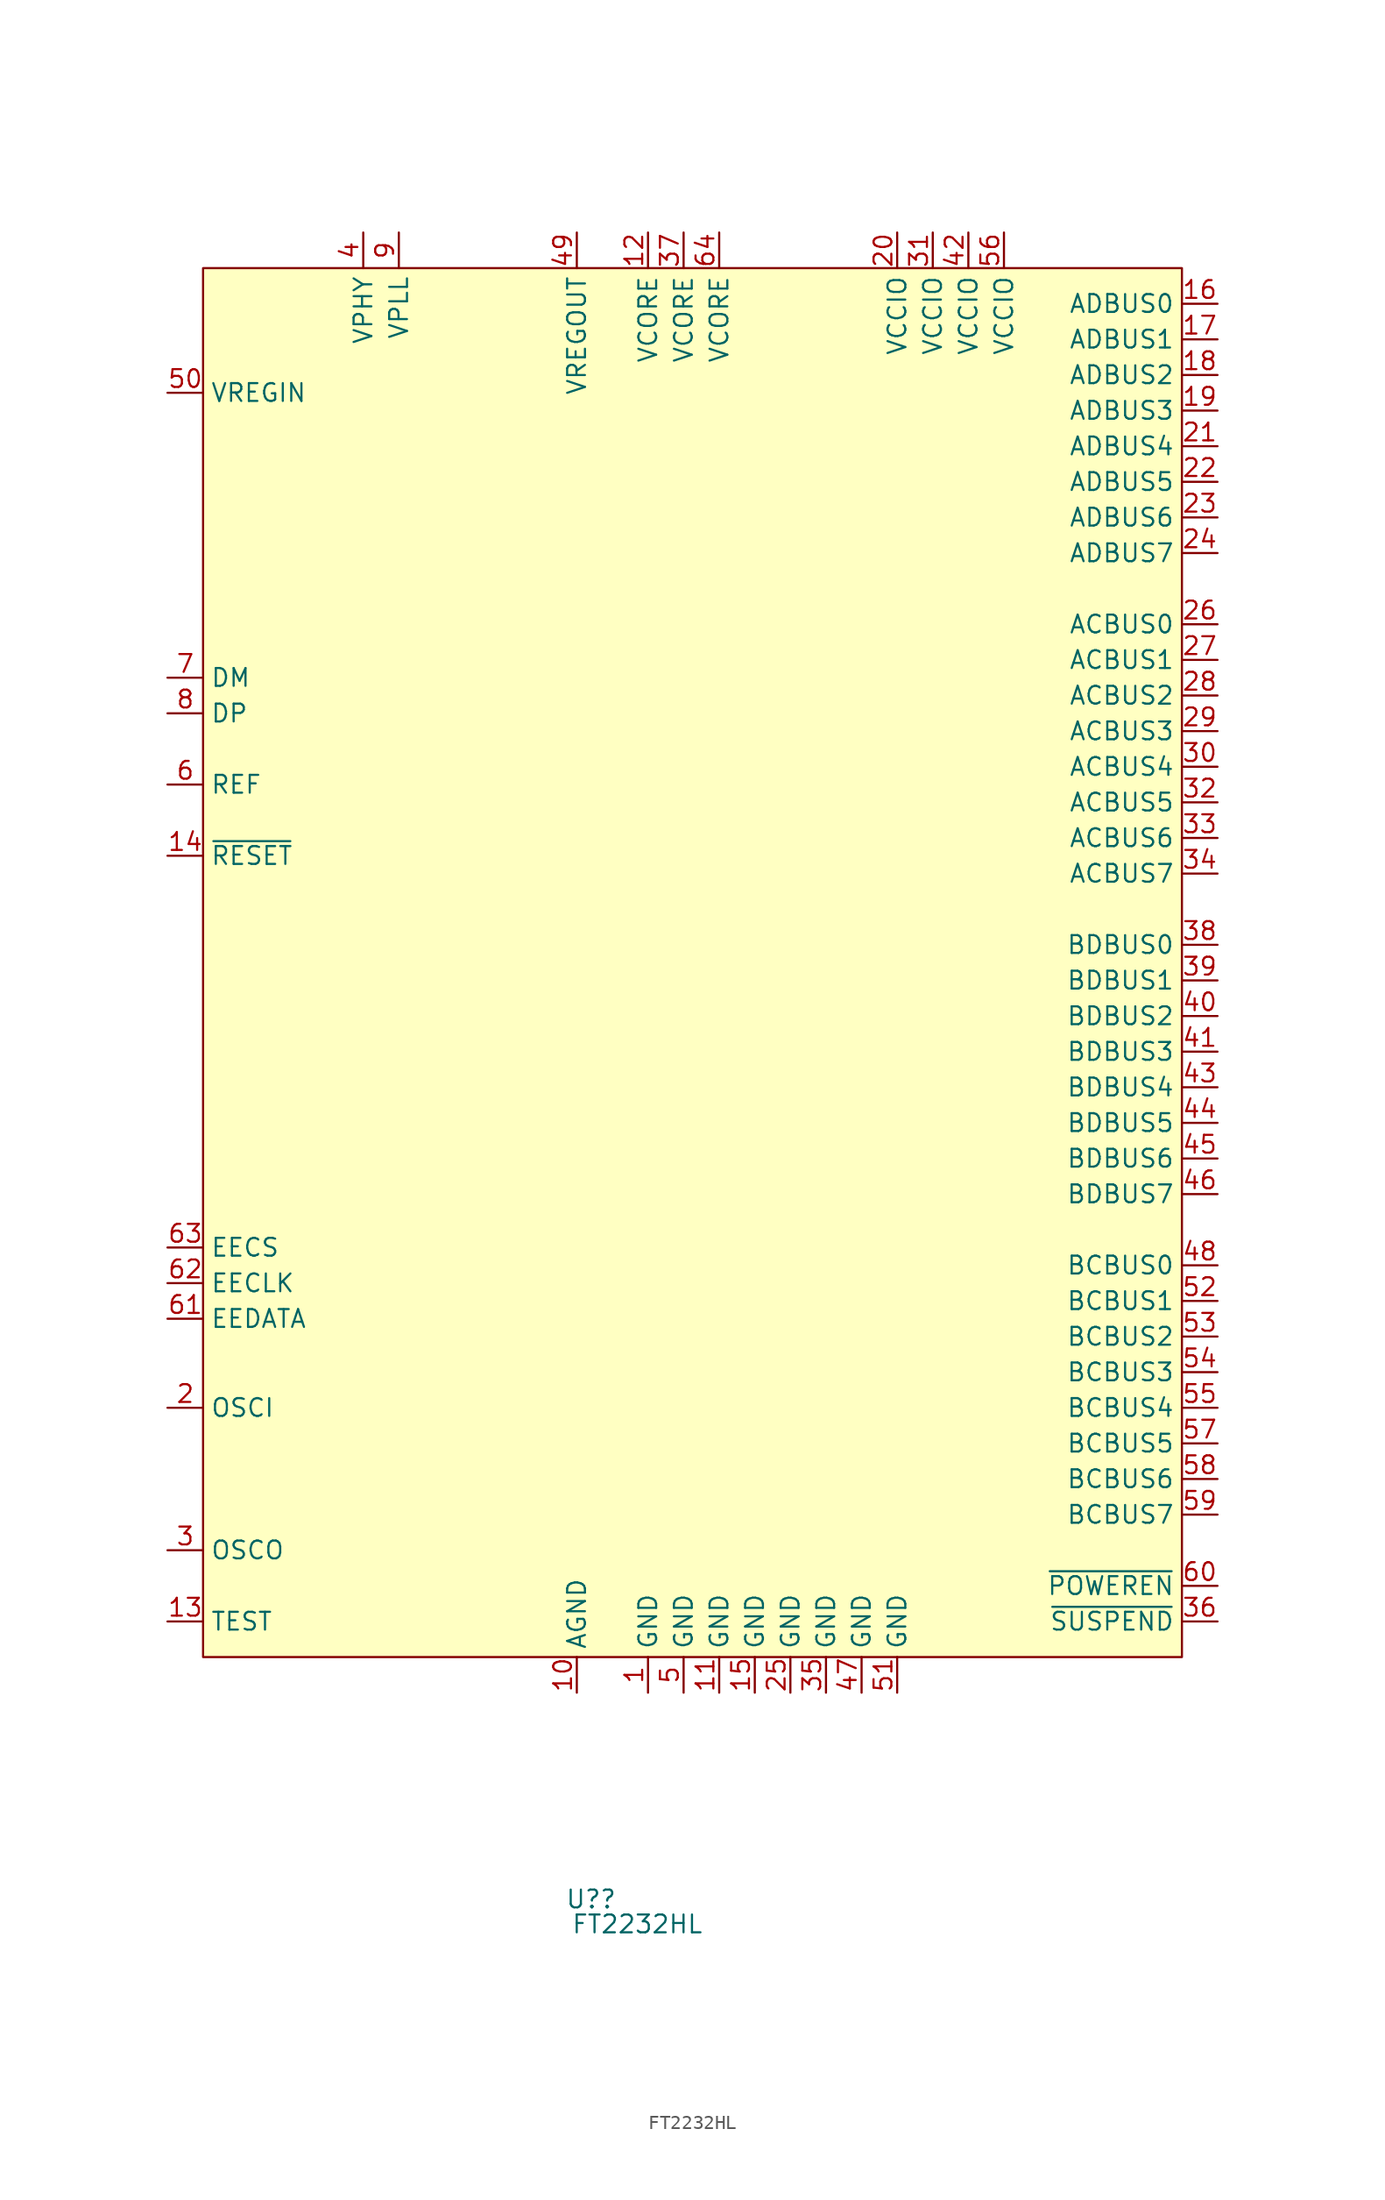
<source format=kicad_sym>
(kicad_symbol_lib
  (version 20231120)
  (generator "kicad_symbol_editor")
  (generator_version "8.0")
  (symbol "FT2232HL"
    (property "Reference" "U?"
      (at -9.144 -59.182 0)
      (effects (font (size 1.27 1.27))))
    (property "Value" "FT2232HL"
      (at -5.842 -60.96 0)
      (effects (font (size 1.27 1.27))))
    (symbol "FT2232HL_1_1"
      (rectangle (start -36.83 57.15) (end 33.02 -41.91) (stroke (width 0) (type default)) (fill (type background)))
      (pin power_in line (at -5.08 -44.45 90) (length 2.54) (name "GND" (effects (font (size 1.27 1.27)))) (number "1" (effects (font (size 1.27 1.27)))))
      (pin power_in line (at -10.16 -44.45 90) (length 2.54) (name "AGND" (effects (font (size 1.27 1.27)))) (number "10" (effects (font (size 1.27 1.27)))))
      (pin power_in line (at 0 -44.45 90) (length 2.54) (name "GND" (effects (font (size 1.27 1.27)))) (number "11" (effects (font (size 1.27 1.27)))))
      (pin power_in line (at -5.08 59.69 270) (length 2.54) (name "VCORE" (effects (font (size 1.27 1.27)))) (number "12" (effects (font (size 1.27 1.27)))))
      (pin input line (at -39.37 -39.37 0) (length 2.54) (name "TEST" (effects (font (size 1.27 1.27)))) (number "13" (effects (font (size 1.27 1.27)))))
      (pin input line (at -39.37 15.24 0) (length 2.54) (name "~{RESET}" (effects (font (size 1.27 1.27)))) (number "14" (effects (font (size 1.27 1.27)))))
      (pin power_in line (at 2.54 -44.45 90) (length 2.54) (name "GND" (effects (font (size 1.27 1.27)))) (number "15" (effects (font (size 1.27 1.27)))))
      (pin bidirectional line (at 35.56 54.61 180) (length 2.54) (name "ADBUS0" (effects (font (size 1.27 1.27)))) (number "16" (effects (font (size 1.27 1.27)))))
      (pin bidirectional line (at 35.56 52.07 180) (length 2.54) (name "ADBUS1" (effects (font (size 1.27 1.27)))) (number "17" (effects (font (size 1.27 1.27)))))
      (pin bidirectional line (at 35.56 49.53 180) (length 2.54) (name "ADBUS2" (effects (font (size 1.27 1.27)))) (number "18" (effects (font (size 1.27 1.27)))))
      (pin bidirectional line (at 35.56 46.99 180) (length 2.54) (name "ADBUS3" (effects (font (size 1.27 1.27)))) (number "19" (effects (font (size 1.27 1.27)))))
      (pin input line (at -39.37 -24.13 0) (length 2.54) (name "OSCI" (effects (font (size 1.27 1.27)))) (number "2" (effects (font (size 1.27 1.27)))))
      (pin power_in line (at 12.7 59.69 270) (length 2.54) (name "VCCIO" (effects (font (size 1.27 1.27)))) (number "20" (effects (font (size 1.27 1.27)))))
      (pin bidirectional line (at 35.56 44.45 180) (length 2.54) (name "ADBUS4" (effects (font (size 1.27 1.27)))) (number "21" (effects (font (size 1.27 1.27)))))
      (pin bidirectional line (at 35.56 41.91 180) (length 2.54) (name "ADBUS5" (effects (font (size 1.27 1.27)))) (number "22" (effects (font (size 1.27 1.27)))))
      (pin bidirectional line (at 35.56 39.37 180) (length 2.54) (name "ADBUS6" (effects (font (size 1.27 1.27)))) (number "23" (effects (font (size 1.27 1.27)))))
      (pin bidirectional line (at 35.56 36.83 180) (length 2.54) (name "ADBUS7" (effects (font (size 1.27 1.27)))) (number "24" (effects (font (size 1.27 1.27)))))
      (pin power_in line (at 5.08 -44.45 90) (length 2.54) (name "GND" (effects (font (size 1.27 1.27)))) (number "25" (effects (font (size 1.27 1.27)))))
      (pin bidirectional line (at 35.56 31.75 180) (length 2.54) (name "ACBUS0" (effects (font (size 1.27 1.27)))) (number "26" (effects (font (size 1.27 1.27)))))
      (pin bidirectional line (at 35.56 29.21 180) (length 2.54) (name "ACBUS1" (effects (font (size 1.27 1.27)))) (number "27" (effects (font (size 1.27 1.27)))))
      (pin bidirectional line (at 35.56 26.67 180) (length 2.54) (name "ACBUS2" (effects (font (size 1.27 1.27)))) (number "28" (effects (font (size 1.27 1.27)))))
      (pin bidirectional line (at 35.56 24.13 180) (length 2.54) (name "ACBUS3" (effects (font (size 1.27 1.27)))) (number "29" (effects (font (size 1.27 1.27)))))
      (pin output line (at -39.37 -34.29 0) (length 2.54) (name "OSCO" (effects (font (size 1.27 1.27)))) (number "3" (effects (font (size 1.27 1.27)))))
      (pin bidirectional line (at 35.56 21.59 180) (length 2.54) (name "ACBUS4" (effects (font (size 1.27 1.27)))) (number "30" (effects (font (size 1.27 1.27)))))
      (pin power_in line (at 15.24 59.69 270) (length 2.54) (name "VCCIO" (effects (font (size 1.27 1.27)))) (number "31" (effects (font (size 1.27 1.27)))))
      (pin bidirectional line (at 35.56 19.05 180) (length 2.54) (name "ACBUS5" (effects (font (size 1.27 1.27)))) (number "32" (effects (font (size 1.27 1.27)))))
      (pin bidirectional line (at 35.56 16.51 180) (length 2.54) (name "ACBUS6" (effects (font (size 1.27 1.27)))) (number "33" (effects (font (size 1.27 1.27)))))
      (pin bidirectional line (at 35.56 13.97 180) (length 2.54) (name "ACBUS7" (effects (font (size 1.27 1.27)))) (number "34" (effects (font (size 1.27 1.27)))))
      (pin power_in line (at 7.62 -44.45 90) (length 2.54) (name "GND" (effects (font (size 1.27 1.27)))) (number "35" (effects (font (size 1.27 1.27)))))
      (pin output line (at 35.56 -39.37 180) (length 2.54) (name "~{SUSPEND}" (effects (font (size 1.27 1.27)))) (number "36" (effects (font (size 1.27 1.27)))))
      (pin power_in line (at -2.54 59.69 270) (length 2.54) (name "VCORE" (effects (font (size 1.27 1.27)))) (number "37" (effects (font (size 1.27 1.27)))))
      (pin bidirectional line (at 35.56 8.89 180) (length 2.54) (name "BDBUS0" (effects (font (size 1.27 1.27)))) (number "38" (effects (font (size 1.27 1.27)))))
      (pin bidirectional line (at 35.56 6.35 180) (length 2.54) (name "BDBUS1" (effects (font (size 1.27 1.27)))) (number "39" (effects (font (size 1.27 1.27)))))
      (pin power_in line (at -25.4 59.69 270) (length 2.54) (name "VPHY" (effects (font (size 1.27 1.27)))) (number "4" (effects (font (size 1.27 1.27)))))
      (pin bidirectional line (at 35.56 3.81 180) (length 2.54) (name "BDBUS2" (effects (font (size 1.27 1.27)))) (number "40" (effects (font (size 1.27 1.27)))))
      (pin bidirectional line (at 35.56 1.27 180) (length 2.54) (name "BDBUS3" (effects (font (size 1.27 1.27)))) (number "41" (effects (font (size 1.27 1.27)))))
      (pin power_in line (at 17.78 59.69 270) (length 2.54) (name "VCCIO" (effects (font (size 1.27 1.27)))) (number "42" (effects (font (size 1.27 1.27)))))
      (pin bidirectional line (at 35.56 -1.27 180) (length 2.54) (name "BDBUS4" (effects (font (size 1.27 1.27)))) (number "43" (effects (font (size 1.27 1.27)))))
      (pin bidirectional line (at 35.56 -3.81 180) (length 2.54) (name "BDBUS5" (effects (font (size 1.27 1.27)))) (number "44" (effects (font (size 1.27 1.27)))))
      (pin bidirectional line (at 35.56 -6.35 180) (length 2.54) (name "BDBUS6" (effects (font (size 1.27 1.27)))) (number "45" (effects (font (size 1.27 1.27)))))
      (pin bidirectional line (at 35.56 -8.89 180) (length 2.54) (name "BDBUS7" (effects (font (size 1.27 1.27)))) (number "46" (effects (font (size 1.27 1.27)))))
      (pin power_in line (at 10.16 -44.45 90) (length 2.54) (name "GND" (effects (font (size 1.27 1.27)))) (number "47" (effects (font (size 1.27 1.27)))))
      (pin bidirectional line (at 35.56 -13.97 180) (length 2.54) (name "BCBUS0" (effects (font (size 1.27 1.27)))) (number "48" (effects (font (size 1.27 1.27)))))
      (pin power_out line (at -10.16 59.69 270) (length 2.54) (name "VREGOUT" (effects (font (size 1.27 1.27)))) (number "49" (effects (font (size 1.27 1.27)))))
      (pin power_in line (at -2.54 -44.45 90) (length 2.54) (name "GND" (effects (font (size 1.27 1.27)))) (number "5" (effects (font (size 1.27 1.27)))))
      (pin power_in line (at -39.37 48.26 0) (length 2.54) (name "VREGIN" (effects (font (size 1.27 1.27)))) (number "50" (effects (font (size 1.27 1.27)))))
      (pin power_in line (at 12.7 -44.45 90) (length 2.54) (name "GND" (effects (font (size 1.27 1.27)))) (number "51" (effects (font (size 1.27 1.27)))))
      (pin bidirectional line (at 35.56 -16.51 180) (length 2.54) (name "BCBUS1" (effects (font (size 1.27 1.27)))) (number "52" (effects (font (size 1.27 1.27)))))
      (pin bidirectional line (at 35.56 -19.05 180) (length 2.54) (name "BCBUS2" (effects (font (size 1.27 1.27)))) (number "53" (effects (font (size 1.27 1.27)))))
      (pin bidirectional line (at 35.56 -21.59 180) (length 2.54) (name "BCBUS3" (effects (font (size 1.27 1.27)))) (number "54" (effects (font (size 1.27 1.27)))))
      (pin bidirectional line (at 35.56 -24.13 180) (length 2.54) (name "BCBUS4" (effects (font (size 1.27 1.27)))) (number "55" (effects (font (size 1.27 1.27)))))
      (pin power_in line (at 20.32 59.69 270) (length 2.54) (name "VCCIO" (effects (font (size 1.27 1.27)))) (number "56" (effects (font (size 1.27 1.27)))))
      (pin bidirectional line (at 35.56 -26.67 180) (length 2.54) (name "BCBUS5" (effects (font (size 1.27 1.27)))) (number "57" (effects (font (size 1.27 1.27)))))
      (pin bidirectional line (at 35.56 -29.21 180) (length 2.54) (name "BCBUS6" (effects (font (size 1.27 1.27)))) (number "58" (effects (font (size 1.27 1.27)))))
      (pin bidirectional line (at 35.56 -31.75 180) (length 2.54) (name "BCBUS7" (effects (font (size 1.27 1.27)))) (number "59" (effects (font (size 1.27 1.27)))))
      (pin input line (at -39.37 20.32 0) (length 2.54) (name "REF" (effects (font (size 1.27 1.27)))) (number "6" (effects (font (size 1.27 1.27)))))
      (pin output line (at 35.56 -36.83 180) (length 2.54) (name "~{POWEREN}" (effects (font (size 1.27 1.27)))) (number "60" (effects (font (size 1.27 1.27)))))
      (pin bidirectional line (at -39.37 -17.78 0) (length 2.54) (name "EEDATA" (effects (font (size 1.27 1.27)))) (number "61" (effects (font (size 1.27 1.27)))))
      (pin output line (at -39.37 -15.24 0) (length 2.54) (name "EECLK" (effects (font (size 1.27 1.27)))) (number "62" (effects (font (size 1.27 1.27)))))
      (pin bidirectional line (at -39.37 -12.7 0) (length 2.54) (name "EECS" (effects (font (size 1.27 1.27)))) (number "63" (effects (font (size 1.27 1.27)))))
      (pin power_in line (at 0 59.69 270) (length 2.54) (name "VCORE" (effects (font (size 1.27 1.27)))) (number "64" (effects (font (size 1.27 1.27)))))
      (pin bidirectional line (at -39.37 27.94 0) (length 2.54) (name "DM" (effects (font (size 1.27 1.27)))) (number "7" (effects (font (size 1.27 1.27)))))
      (pin bidirectional line (at -39.37 25.4 0) (length 2.54) (name "DP" (effects (font (size 1.27 1.27)))) (number "8" (effects (font (size 1.27 1.27)))))
      (pin power_in line (at -22.86 59.69 270) (length 2.54) (name "VPLL" (effects (font (size 1.27 1.27)))) (number "9" (effects (font (size 1.27 1.27))))))))
</source>
